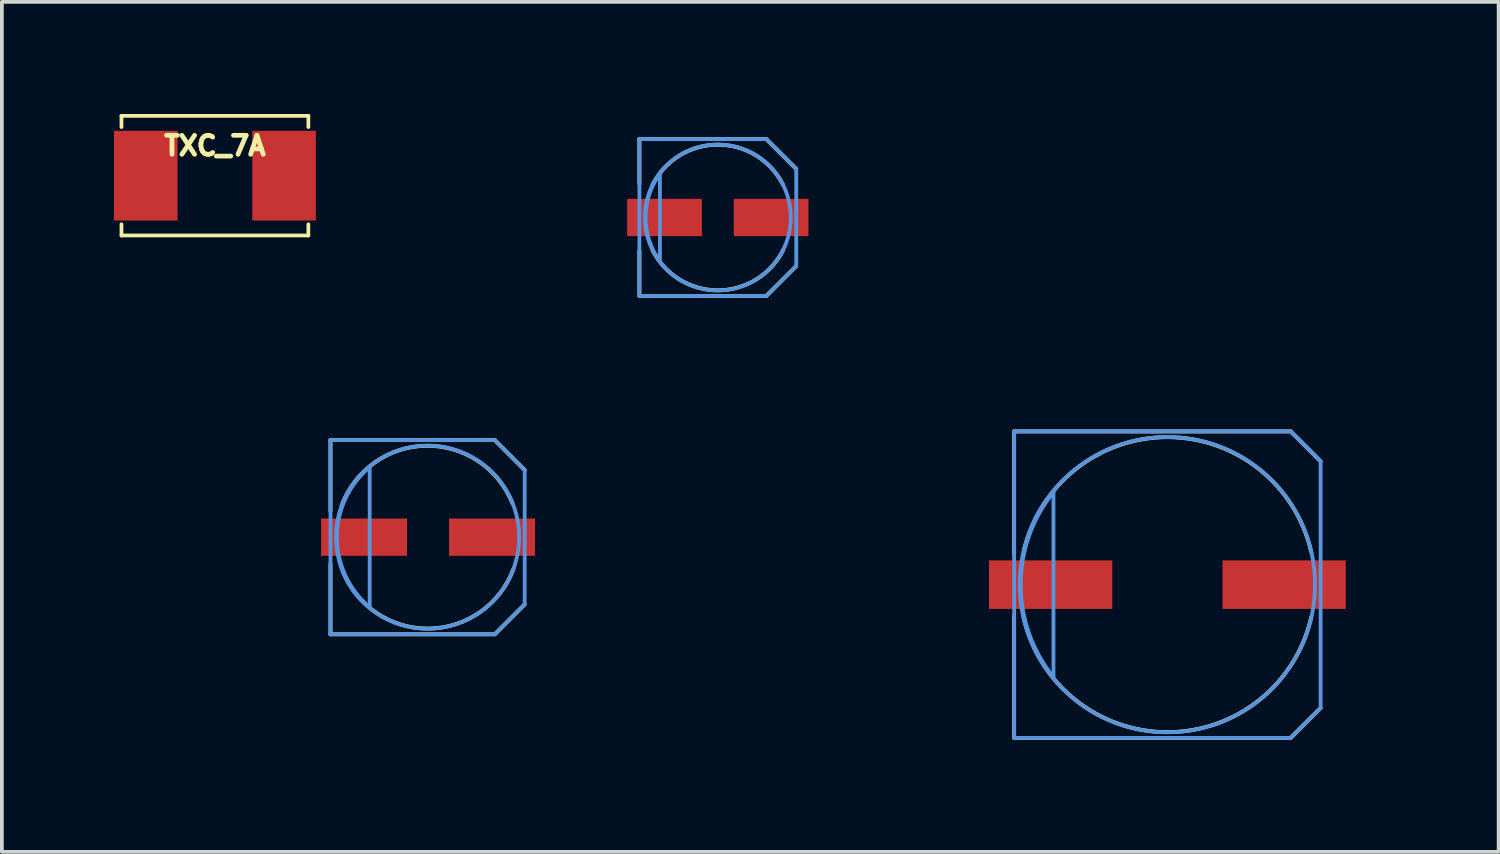
<source format=kicad_pcb>
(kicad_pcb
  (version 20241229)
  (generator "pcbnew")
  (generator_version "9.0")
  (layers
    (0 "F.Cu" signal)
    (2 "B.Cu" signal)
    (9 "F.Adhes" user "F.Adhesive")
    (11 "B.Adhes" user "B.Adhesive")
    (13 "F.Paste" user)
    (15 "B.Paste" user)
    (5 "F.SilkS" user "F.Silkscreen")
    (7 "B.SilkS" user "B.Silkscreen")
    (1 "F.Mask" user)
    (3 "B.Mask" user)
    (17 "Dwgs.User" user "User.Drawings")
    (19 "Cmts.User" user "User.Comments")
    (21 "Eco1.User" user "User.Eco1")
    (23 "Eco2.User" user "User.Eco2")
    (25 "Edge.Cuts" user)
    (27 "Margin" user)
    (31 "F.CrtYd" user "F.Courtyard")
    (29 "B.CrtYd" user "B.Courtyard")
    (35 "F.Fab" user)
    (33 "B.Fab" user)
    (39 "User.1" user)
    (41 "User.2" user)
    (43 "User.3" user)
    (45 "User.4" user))
  (footprint "TXC_7A"
    (layer "F.Cu")
    (at 2.7 1.65)
    (property "Reference" "TXC_7A" (at 0 -0.8 0) (layer "F.SilkS") (effects (font (size 0.508 0.508) (thickness 0.127))))
    (attr through_hole)
    (fp_line (start -2.5 -1.6) (end -2.5 -1.3) (stroke (width 0.1) (type solid)) (layer "F.SilkS"))
    (fp_line (start -2.5 -1.6) (end 2.5 -1.6) (stroke (width 0.1) (type solid)) (layer "F.SilkS"))
    (fp_line (start -2.5 1.6) (end -2.5 1.3) (stroke (width 0.1) (type solid)) (layer "F.SilkS"))
    (fp_line (start 2.5 -1.6) (end 2.5 -1.3) (stroke (width 0.1) (type solid)) (layer "F.SilkS"))
    (fp_line (start 2.5 1.6) (end -2.5 1.6) (stroke (width 0.1) (type solid)) (layer "F.SilkS"))
    (fp_line (start 2.5 1.6) (end 2.5 1.3) (stroke (width 0.1) (type solid)) (layer "F.SilkS"))
    (pad "1" smd rect (at -1.85 0) (size 1.7 2.4) (layers "F.Cu" "F.Mask" "F.Paste"))
    (pad "2" smd rect (at 1.85 0) (size 1.7 2.4) (layers "F.Cu" "F.Mask" "F.Paste")))
  (footprint "UD-5X5,8_NICHICON"
    (layer "F.Cu")
    (at 8.39 11.322)
    (property "Reference" "UD-5X5,8_NICHICON" (at -0.508 -2.667 0) (layer "Eco1.User") (effects (font (size 1.016 1.016) (thickness 0.081))))
    (attr through_hole)
    (fp_line (start -2.598 -2.598) (end 1.798 -2.598) (stroke (width 0.102) (type solid)) (layer "F.SilkS"))
    (fp_line (start -2.598 -0.699) (end -2.598 -2.598) (stroke (width 0.102) (type solid)) (layer "F.SilkS"))
    (fp_line (start -2.598 2.598) (end -2.598 0.699) (stroke (width 0.102) (type solid)) (layer "F.SilkS"))
    (fp_line (start 1.798 -2.598) (end 2.598 -1.798) (stroke (width 0.102) (type solid)) (layer "F.SilkS"))
    (fp_line (start 1.798 2.598) (end -2.598 2.598) (stroke (width 0.102) (type solid)) (layer "F.SilkS"))
    (fp_line (start 2.598 1.798) (end 1.798 2.598) (stroke (width 0.102) (type solid)) (layer "F.SilkS"))
    (fp_arc (start -2.2987 -0.84836) (mid -0.033164 -2.44602) (end 2.271621 -0.90552) (stroke (width 0.1016) (type solid)) (layer "F.SilkS"))
    (fp_arc (start 2.2987 0.84836) (mid 0.033164 2.44602) (end -2.271621 0.90552) (stroke (width 0.1016) (type solid)) (layer "F.SilkS"))
    (fp_line (start -2.598 -2.598) (end 1.798 -2.598) (stroke (width 0.102) (type solid)) (layer "Cmts.User"))
    (fp_line (start -2.598 2.598) (end -2.598 -2.598) (stroke (width 0.102) (type solid)) (layer "Cmts.User"))
    (fp_line (start -1.549 1.875) (end -1.549 -1.875) (stroke (width 0.102) (type solid)) (layer "Cmts.User"))
    (fp_line (start 1.798 -2.598) (end 2.598 -1.798) (stroke (width 0.102) (type solid)) (layer "Cmts.User"))
    (fp_line (start 1.798 2.598) (end -2.598 2.598) (stroke (width 0.102) (type solid)) (layer "Cmts.User"))
    (fp_line (start 2.598 -1.798) (end 2.598 1.798) (stroke (width 0.102) (type solid)) (layer "Cmts.User"))
    (fp_line (start 2.598 1.798) (end 1.798 2.598) (stroke (width 0.102) (type solid)) (layer "Cmts.User"))
    (fp_arc (start -1.55286 1.871622) (mid -2.425553 -0.002257) (end -1.5494 -1.87452) (stroke (width 0.1016) (type solid)) (layer "Cmts.User"))
    (fp_circle (center 0 0) (end 2.449 0) (stroke (width 0.102) (type solid)) (fill no) (layer "Cmts.User"))
    (pad "+" smd rect (at 1.725 0) (size 2.299 0.998) (layers "F.Cu" "F.Mask" "F.Paste"))
    (pad "-" smd rect (at -1.699 0) (size 2.299 0.998) (layers "F.Cu" "F.Mask" "F.Paste")))
  (footprint "UD-8X10_NICHICON"
    (layer "F.Cu")
    (at 28.183 12.592)
    (property "Reference" "UD-8X10_NICHICON" (at -1.778 -3.937 0) (layer "Eco1.User") (effects (font (size 1.016 1.016) (thickness 0.081))))
    (attr through_hole)
    (fp_line (start -4.1 -4.1) (end 3.299 -4.1) (stroke (width 0.102) (type solid)) (layer "F.SilkS"))
    (fp_line (start -4.1 -0.823) (end -4.1 -4.1) (stroke (width 0.102) (type solid)) (layer "F.SilkS"))
    (fp_line (start -4.1 4.1) (end -4.1 0.848) (stroke (width 0.102) (type solid)) (layer "F.SilkS"))
    (fp_line (start 3.299 -4.1) (end 4.1 -3.299) (stroke (width 0.102) (type solid)) (layer "F.SilkS"))
    (fp_line (start 3.299 4.1) (end -4.1 4.1) (stroke (width 0.102) (type solid)) (layer "F.SilkS"))
    (fp_line (start 4.1 3.299) (end 3.299 4.1) (stroke (width 0.102) (type solid)) (layer "F.SilkS"))
    (fp_arc (start -3.8481 -0.87376) (mid -0.000494 -3.946052) (end 3.847881 -0.874724) (stroke (width 0.1016) (type solid)) (layer "F.SilkS"))
    (fp_arc (start 3.8481 0.87376) (mid 0.000494 3.946052) (end -3.847881 0.874724) (stroke (width 0.1016) (type solid)) (layer "F.SilkS"))
    (fp_line (start -4.1 -4.1) (end 3.299 -4.1) (stroke (width 0.102) (type solid)) (layer "Cmts.User"))
    (fp_line (start -4.1 4.1) (end -4.1 -4.1) (stroke (width 0.102) (type solid)) (layer "Cmts.User"))
    (fp_line (start -3.048 2.474) (end -3.048 -2.474) (stroke (width 0.102) (type solid)) (layer "Cmts.User"))
    (fp_line (start 3.299 -4.1) (end 4.1 -3.299) (stroke (width 0.102) (type solid)) (layer "Cmts.User"))
    (fp_line (start 3.299 4.1) (end -4.1 4.1) (stroke (width 0.102) (type solid)) (layer "Cmts.User"))
    (fp_line (start 4.1 -3.299) (end 4.1 3.299) (stroke (width 0.102) (type solid)) (layer "Cmts.User"))
    (fp_line (start 4.1 3.299) (end 3.299 4.1) (stroke (width 0.102) (type solid)) (layer "Cmts.User"))
    (fp_arc (start -3.054193 2.466285) (mid -3.923388 -0.004931) (end -3.048 -2.47396) (stroke (width 0.1016) (type solid)) (layer "Cmts.User"))
    (fp_circle (center 0 0) (end 3.95 0) (stroke (width 0.102) (type solid)) (fill no) (layer "Cmts.User"))
    (pad "+" smd rect (at 3.124 0) (size 3.299 1.298) (layers "F.Cu" "F.Mask" "F.Paste"))
    (pad "-" smd rect (at -3.124 0) (size 3.299 1.298) (layers "F.Cu" "F.Mask" "F.Paste")))
  (footprint "UD-4X5,8_NICHICON"
    (layer "F.Cu")
    (at 16.155 2.769)
    (property "Reference" "UD-4X5,8_NICHICON" (at 0.127 -2.032 0) (layer "Eco1.User") (effects (font (size 1.016 1.016) (thickness 0.081))))
    (attr through_hole)
    (fp_line (start -2.098 -2.098) (end 1.298 -2.098) (stroke (width 0.102) (type solid)) (layer "F.SilkS"))
    (fp_line (start -2.098 -0.899) (end -2.098 -2.098) (stroke (width 0.102) (type solid)) (layer "F.SilkS"))
    (fp_line (start -2.098 2.098) (end -2.098 0.899) (stroke (width 0.102) (type solid)) (layer "F.SilkS"))
    (fp_line (start 1.298 -2.098) (end 2.098 -1.298) (stroke (width 0.102) (type solid)) (layer "F.SilkS"))
    (fp_line (start 1.298 2.098) (end -2.098 2.098) (stroke (width 0.102) (type solid)) (layer "F.SilkS"))
    (fp_line (start 2.098 1.298) (end 1.298 2.098) (stroke (width 0.102) (type solid)) (layer "F.SilkS"))
    (fp_arc (start -1.74752 -0.87376) (mid -0.002361 -1.94819) (end 1.745384 -0.877971) (stroke (width 0.1016) (type solid)) (layer "F.SilkS"))
    (fp_arc (start 1.74752 0.87376) (mid 0.002361 1.94819) (end -1.745384 0.877971) (stroke (width 0.1016) (type solid)) (layer "F.SilkS"))
    (fp_line (start -2.098 -2.098) (end 1.298 -2.098) (stroke (width 0.102) (type solid)) (layer "Cmts.User"))
    (fp_line (start -2.098 2.098) (end -2.098 -2.098) (stroke (width 0.102) (type solid)) (layer "Cmts.User"))
    (fp_line (start -1.549 1.173) (end -1.549 -1.173) (stroke (width 0.102) (type solid)) (layer "Cmts.User"))
    (fp_line (start 1.298 -2.098) (end 2.098 -1.298) (stroke (width 0.102) (type solid)) (layer "Cmts.User"))
    (fp_line (start 1.298 2.098) (end -2.098 2.098) (stroke (width 0.102) (type solid)) (layer "Cmts.User"))
    (fp_line (start 2.098 -1.298) (end 2.098 1.298) (stroke (width 0.102) (type solid)) (layer "Cmts.User"))
    (fp_line (start 2.098 1.298) (end 1.298 2.098) (stroke (width 0.102) (type solid)) (layer "Cmts.User"))
    (fp_arc (start -1.550388 1.172125) (mid -1.932092 -0.000838) (end -1.5494 -1.17348) (stroke (width 0.1016) (type solid)) (layer "Cmts.User"))
    (fp_circle (center 0 0) (end 1.951 0) (stroke (width 0.102) (type solid)) (fill no) (layer "Cmts.User"))
    (pad "+" smd rect (at 1.425 0) (size 1.999 0.998) (layers "F.Cu" "F.Mask" "F.Paste"))
    (pad "-" smd rect (at -1.425 0) (size 1.999 0.998) (layers "F.Cu" "F.Mask" "F.Paste")))
  (gr_rect
    (start -3 -3)
    (end 37.045 19.742)
    (stroke (width 0.1) (type default))
    (fill no)
    (layer "Edge.Cuts")))
</source>
